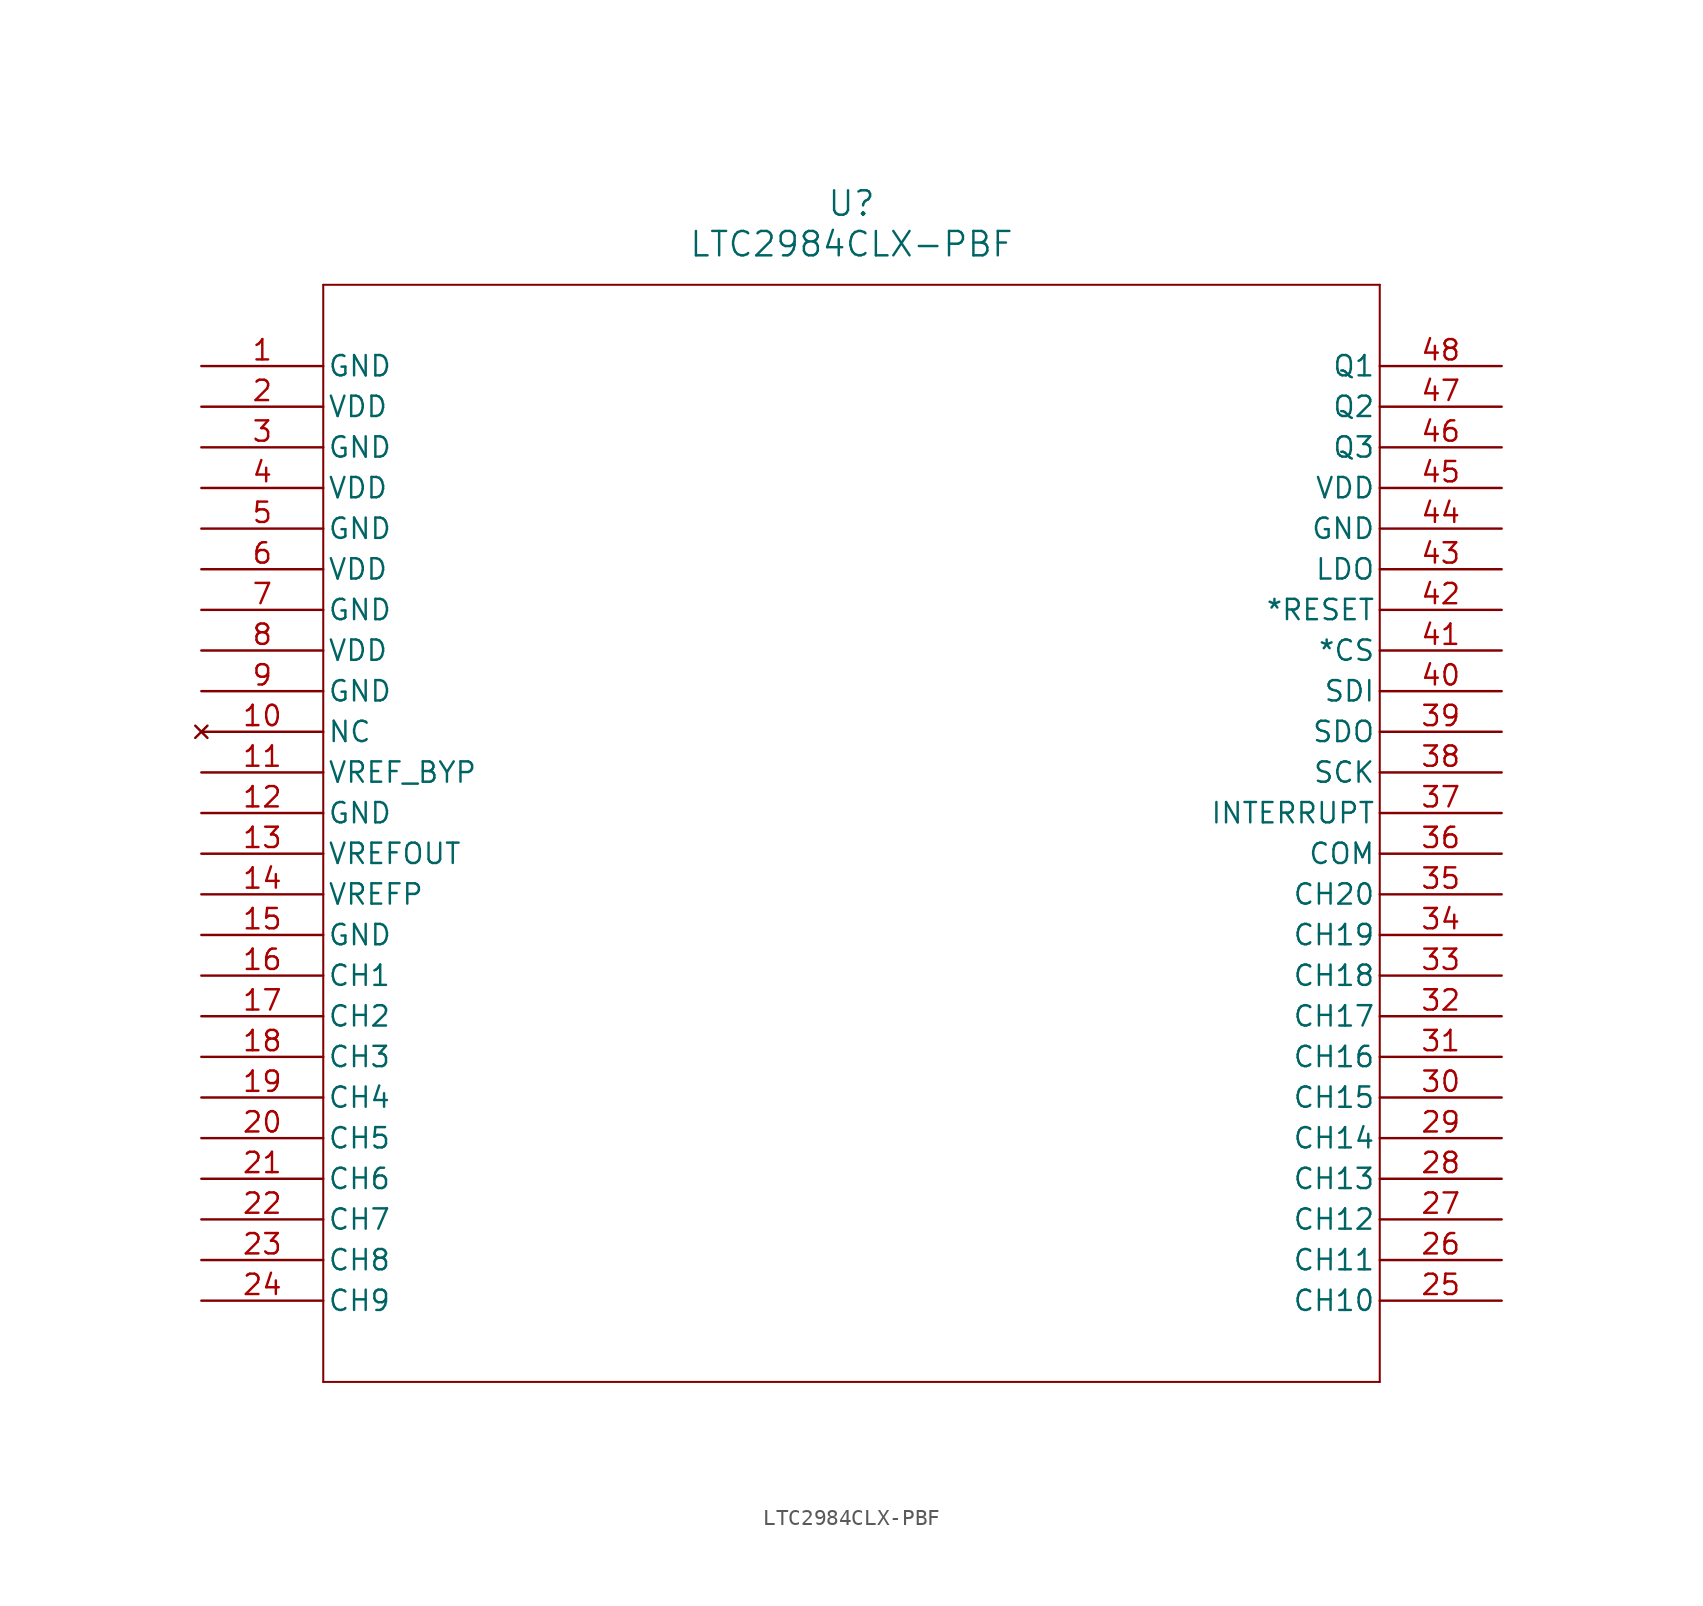
<source format=kicad_sym>
(kicad_symbol_lib
  (version 20241209)
  (generator "kicad_symbol_editor")
  (generator_version "9.0")
  (symbol "LTC2984CLX-PBF"
    (pin_names
      (offset 0.254))
    (property "Reference" "U"
      (at 40.64 10.16 0)
      (effects (font (size 1.524 1.524))))
    (property "Value" "LTC2984CLX-PBF"
      (at 40.64 7.62 0)
      (effects (font (size 1.524 1.524))))
    (property "ki_locked" ""
      (at 0 0 0)
      (effects (font (size 1.27 1.27))))
    (symbol "LTC2984CLX-PBF_0_1"
      (polyline (pts (xy 7.62 5.08) (xy 7.62 -63.5)) (stroke (width 0.127) (type default)) (fill (type none)))
      (polyline (pts (xy 7.62 -63.5) (xy 73.66 -63.5)) (stroke (width 0.127) (type default)) (fill (type none)))
      (polyline (pts (xy 73.66 5.08) (xy 7.62 5.08)) (stroke (width 0.127) (type default)) (fill (type none)))
      (polyline (pts (xy 73.66 -63.5) (xy 73.66 5.08)) (stroke (width 0.127) (type default)) (fill (type none)))
      (pin power_in line (at 0 0 0) (length 7.62) (name "GND" (effects (font (size 1.27 1.27)))) (number "1" (effects (font (size 1.27 1.27)))))
      (pin power_in line (at 0 -2.54 0) (length 7.62) (name "VDD" (effects (font (size 1.27 1.27)))) (number "2" (effects (font (size 1.27 1.27)))))
      (pin power_in line (at 0 -5.08 0) (length 7.62) (name "GND" (effects (font (size 1.27 1.27)))) (number "3" (effects (font (size 1.27 1.27)))))
      (pin power_in line (at 0 -7.62 0) (length 7.62) (name "VDD" (effects (font (size 1.27 1.27)))) (number "4" (effects (font (size 1.27 1.27)))))
      (pin power_in line (at 0 -10.16 0) (length 7.62) (name "GND" (effects (font (size 1.27 1.27)))) (number "5" (effects (font (size 1.27 1.27)))))
      (pin power_in line (at 0 -12.7 0) (length 7.62) (name "VDD" (effects (font (size 1.27 1.27)))) (number "6" (effects (font (size 1.27 1.27)))))
      (pin power_in line (at 0 -15.24 0) (length 7.62) (name "GND" (effects (font (size 1.27 1.27)))) (number "7" (effects (font (size 1.27 1.27)))))
      (pin power_in line (at 0 -17.78 0) (length 7.62) (name "VDD" (effects (font (size 1.27 1.27)))) (number "8" (effects (font (size 1.27 1.27)))))
      (pin power_in line (at 0 -20.32 0) (length 7.62) (name "GND" (effects (font (size 1.27 1.27)))) (number "9" (effects (font (size 1.27 1.27)))))
      (pin no_connect line (at 0 -22.86 0) (length 7.62) (name "NC" (effects (font (size 1.27 1.27)))) (number "10" (effects (font (size 1.27 1.27)))))
      (pin power_in line (at 0 -25.4 0) (length 7.62) (name "VREF_BYP" (effects (font (size 1.27 1.27)))) (number "11" (effects (font (size 1.27 1.27)))))
      (pin power_in line (at 0 -27.94 0) (length 7.62) (name "GND" (effects (font (size 1.27 1.27)))) (number "12" (effects (font (size 1.27 1.27)))))
      (pin output line (at 0 -30.48 0) (length 7.62) (name "VREFOUT" (effects (font (size 1.27 1.27)))) (number "13" (effects (font (size 1.27 1.27)))))
      (pin input line (at 0 -33.02 0) (length 7.62) (name "VREFP" (effects (font (size 1.27 1.27)))) (number "14" (effects (font (size 1.27 1.27)))))
      (pin power_in line (at 0 -35.56 0) (length 7.62) (name "GND" (effects (font (size 1.27 1.27)))) (number "15" (effects (font (size 1.27 1.27)))))
      (pin input line (at 0 -38.1 0) (length 7.62) (name "CH1" (effects (font (size 1.27 1.27)))) (number "16" (effects (font (size 1.27 1.27)))))
      (pin input line (at 0 -40.64 0) (length 7.62) (name "CH2" (effects (font (size 1.27 1.27)))) (number "17" (effects (font (size 1.27 1.27)))))
      (pin input line (at 0 -43.18 0) (length 7.62) (name "CH3" (effects (font (size 1.27 1.27)))) (number "18" (effects (font (size 1.27 1.27)))))
      (pin input line (at 0 -45.72 0) (length 7.62) (name "CH4" (effects (font (size 1.27 1.27)))) (number "19" (effects (font (size 1.27 1.27)))))
      (pin input line (at 0 -48.26 0) (length 7.62) (name "CH5" (effects (font (size 1.27 1.27)))) (number "20" (effects (font (size 1.27 1.27)))))
      (pin input line (at 0 -50.8 0) (length 7.62) (name "CH6" (effects (font (size 1.27 1.27)))) (number "21" (effects (font (size 1.27 1.27)))))
      (pin input line (at 0 -53.34 0) (length 7.62) (name "CH7" (effects (font (size 1.27 1.27)))) (number "22" (effects (font (size 1.27 1.27)))))
      (pin input line (at 0 -55.88 0) (length 7.62) (name "CH8" (effects (font (size 1.27 1.27)))) (number "23" (effects (font (size 1.27 1.27)))))
      (pin input line (at 0 -58.42 0) (length 7.62) (name "CH9" (effects (font (size 1.27 1.27)))) (number "24" (effects (font (size 1.27 1.27)))))
      (pin unspecified line (at 81.28 0 180) (length 7.62) (name "Q1" (effects (font (size 1.27 1.27)))) (number "48" (effects (font (size 1.27 1.27)))))
      (pin unspecified line (at 81.28 -2.54 180) (length 7.62) (name "Q2" (effects (font (size 1.27 1.27)))) (number "47" (effects (font (size 1.27 1.27)))))
      (pin unspecified line (at 81.28 -5.08 180) (length 7.62) (name "Q3" (effects (font (size 1.27 1.27)))) (number "46" (effects (font (size 1.27 1.27)))))
      (pin power_in line (at 81.28 -7.62 180) (length 7.62) (name "VDD" (effects (font (size 1.27 1.27)))) (number "45" (effects (font (size 1.27 1.27)))))
      (pin power_in line (at 81.28 -10.16 180) (length 7.62) (name "GND" (effects (font (size 1.27 1.27)))) (number "44" (effects (font (size 1.27 1.27)))))
      (pin output line (at 81.28 -12.7 180) (length 7.62) (name "LDO" (effects (font (size 1.27 1.27)))) (number "43" (effects (font (size 1.27 1.27)))))
      (pin unspecified line (at 81.28 -15.24 180) (length 7.62) (name "*RESET" (effects (font (size 1.27 1.27)))) (number "42" (effects (font (size 1.27 1.27)))))
      (pin bidirectional line (at 81.28 -17.78 180) (length 7.62) (name "*CS" (effects (font (size 1.27 1.27)))) (number "41" (effects (font (size 1.27 1.27)))))
      (pin input line (at 81.28 -20.32 180) (length 7.62) (name "SDI" (effects (font (size 1.27 1.27)))) (number "40" (effects (font (size 1.27 1.27)))))
      (pin output line (at 81.28 -22.86 180) (length 7.62) (name "SDO" (effects (font (size 1.27 1.27)))) (number "39" (effects (font (size 1.27 1.27)))))
      (pin unspecified line (at 81.28 -25.4 180) (length 7.62) (name "SCK" (effects (font (size 1.27 1.27)))) (number "38" (effects (font (size 1.27 1.27)))))
      (pin output line (at 81.28 -27.94 180) (length 7.62) (name "INTERRUPT" (effects (font (size 1.27 1.27)))) (number "37" (effects (font (size 1.27 1.27)))))
      (pin input line (at 81.28 -30.48 180) (length 7.62) (name "COM" (effects (font (size 1.27 1.27)))) (number "36" (effects (font (size 1.27 1.27)))))
      (pin input line (at 81.28 -33.02 180) (length 7.62) (name "CH20" (effects (font (size 1.27 1.27)))) (number "35" (effects (font (size 1.27 1.27)))))
      (pin input line (at 81.28 -35.56 180) (length 7.62) (name "CH19" (effects (font (size 1.27 1.27)))) (number "34" (effects (font (size 1.27 1.27)))))
      (pin input line (at 81.28 -38.1 180) (length 7.62) (name "CH18" (effects (font (size 1.27 1.27)))) (number "33" (effects (font (size 1.27 1.27)))))
      (pin input line (at 81.28 -40.64 180) (length 7.62) (name "CH17" (effects (font (size 1.27 1.27)))) (number "32" (effects (font (size 1.27 1.27)))))
      (pin input line (at 81.28 -43.18 180) (length 7.62) (name "CH16" (effects (font (size 1.27 1.27)))) (number "31" (effects (font (size 1.27 1.27)))))
      (pin input line (at 81.28 -45.72 180) (length 7.62) (name "CH15" (effects (font (size 1.27 1.27)))) (number "30" (effects (font (size 1.27 1.27)))))
      (pin input line (at 81.28 -48.26 180) (length 7.62) (name "CH14" (effects (font (size 1.27 1.27)))) (number "29" (effects (font (size 1.27 1.27)))))
      (pin input line (at 81.28 -50.8 180) (length 7.62) (name "CH13" (effects (font (size 1.27 1.27)))) (number "28" (effects (font (size 1.27 1.27)))))
      (pin input line (at 81.28 -53.34 180) (length 7.62) (name "CH12" (effects (font (size 1.27 1.27)))) (number "27" (effects (font (size 1.27 1.27)))))
      (pin input line (at 81.28 -55.88 180) (length 7.62) (name "CH11" (effects (font (size 1.27 1.27)))) (number "26" (effects (font (size 1.27 1.27)))))
      (pin input line (at 81.28 -58.42 180) (length 7.62) (name "CH10" (effects (font (size 1.27 1.27)))) (number "25" (effects (font (size 1.27 1.27))))))))
</source>
